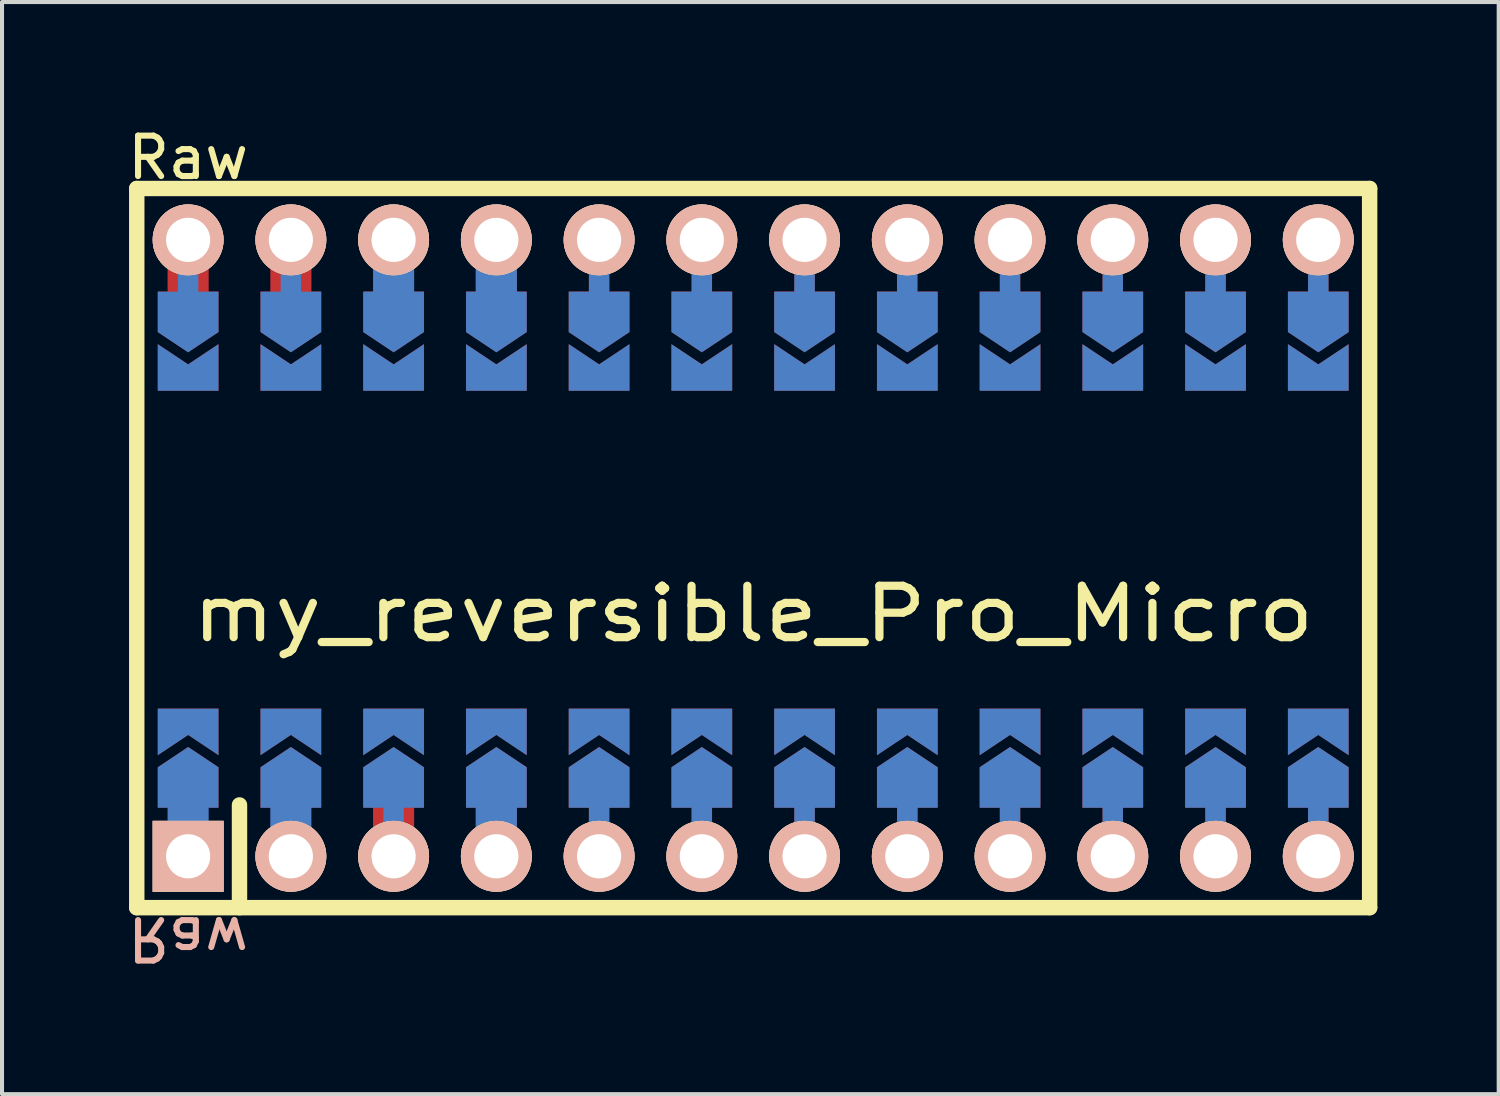
<source format=kicad_pcb>
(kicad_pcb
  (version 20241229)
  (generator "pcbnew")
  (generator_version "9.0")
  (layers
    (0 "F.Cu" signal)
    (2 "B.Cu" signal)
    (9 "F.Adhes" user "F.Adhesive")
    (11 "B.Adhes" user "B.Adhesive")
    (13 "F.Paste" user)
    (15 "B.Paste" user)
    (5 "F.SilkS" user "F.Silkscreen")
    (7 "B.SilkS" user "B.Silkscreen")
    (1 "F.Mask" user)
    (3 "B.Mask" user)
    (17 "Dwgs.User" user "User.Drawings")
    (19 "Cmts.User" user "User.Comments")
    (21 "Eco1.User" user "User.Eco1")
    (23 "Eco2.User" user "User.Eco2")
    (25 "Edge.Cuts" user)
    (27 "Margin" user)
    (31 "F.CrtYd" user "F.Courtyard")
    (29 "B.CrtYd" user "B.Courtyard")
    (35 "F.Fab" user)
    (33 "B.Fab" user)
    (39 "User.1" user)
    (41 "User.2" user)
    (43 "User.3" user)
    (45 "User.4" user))
  (footprint "my_reversible_Pro_Micro"
    (layer "F.Cu")
    (at 15.571 10.5)
    (property "Reference" "my_reversible_Pro_Micro" (at 0 1.625 0) (layer "F.SilkS") (effects (font (size 1.27 1.524) (thickness 0.203))))
    (attr through_hole)
    (fp_line (start -15.24 -8.89) (end -15.24 8.89) (stroke (width 0.381) (type solid)) (layer "F.SilkS"))
    (fp_line (start -15.24 8.89) (end 15.24 8.89) (stroke (width 0.381) (type solid)) (layer "F.SilkS"))
    (fp_line (start -12.7 6.35) (end -12.7 8.89) (stroke (width 0.381) (type solid)) (layer "F.SilkS"))
    (fp_line (start 15.24 -8.89) (end -15.24 -8.89) (stroke (width 0.381) (type solid)) (layer "F.SilkS"))
    (fp_line (start 15.24 8.89) (end 15.24 -8.89) (stroke (width 0.381) (type solid)) (layer "F.SilkS"))
    (fp_text user "Raw" (at -13.97 -9.652 0) (unlocked yes) (layer "F.SilkS") (effects (font (size 1 1) (thickness 0.15))))
    (fp_text user "Raw" (at -13.97 9.652 180) (unlocked yes) (layer "B.SilkS") (effects (font (size 1 1) (thickness 0.15)) (justify mirror)))
    (pad "" thru_hole circle (at -13.97 -7.62) (size 1.753 1.753) (drill 1.092) (layers "*.Cu" "*.SilkS" "*.Mask"))
    (pad "" smd rect (at -13.97 -6.604 90) (size 0.852 1.016) (layers "F.Cu"))
    (pad "" smd rect (at -13.97 -6.602 90) (size 0.852 0.504) (layers "B.Cu"))
    (pad "" smd custom (at -13.97 -5.842 270) (size 0.3 0.3) (layers "F.Cu" "F.Mask") (options (anchor rect)) (primitives (gr_poly (pts (xy 1 0) (xy 0.5 0.75) (xy -0.5 0.75) (xy -0.5 -0.75) (xy 0.5 -0.75)) (width 0) (fill yes))))
    (pad "" smd custom (at -13.97 -5.84 270) (size 0.3 0.3) (layers "B.Cu" "B.Mask") (options (anchor rect)) (primitives (gr_poly (pts (xy 1 0) (xy 0.5 0.75) (xy -0.5 0.75) (xy -0.5 -0.75) (xy 0.5 -0.75)) (width 0) (fill yes))))
    (pad "" smd custom (at -13.97 5.918 90) (size 0.3 0.3) (layers "F.Cu" "F.Mask") (options (anchor rect)) (primitives (gr_poly (pts (xy 1 0) (xy 0.5 0.75) (xy -0.5 0.75) (xy -0.5 -0.75) (xy 0.5 -0.75)) (width 0) (fill yes))))
    (pad "" smd custom (at -13.97 5.92 90) (size 0.3 0.3) (layers "B.Cu" "B.Mask") (options (anchor rect)) (primitives (gr_poly (pts (xy 1 0) (xy 0.5 0.75) (xy -0.5 0.75) (xy -0.5 -0.75) (xy 0.5 -0.75)) (width 0) (fill yes))))
    (pad "" smd rect (at -13.97 6.604 90) (size 0.852 0.504) (layers "F.Cu"))
    (pad "" smd rect (at -13.97 6.606 90) (size 0.852 1.016) (layers "B.Cu"))
    (pad "" thru_hole rect (at -13.97 7.62) (size 1.753 1.753) (drill 1.092) (layers "*.Cu" "*.SilkS" "*.Mask"))
    (pad "" thru_hole circle (at -11.43 -7.62) (size 1.753 1.753) (drill 1.092) (layers "*.Cu" "*.SilkS" "*.Mask"))
    (pad "" smd rect (at -11.43 -6.602 90) (size 0.852 0.504) (layers "B.Cu"))
    (pad "" smd rect (at -11.43 -6.511 90) (size 1.038 1.016) (layers "F.Cu"))
    (pad "" smd custom (at -11.43 -5.842 270) (size 0.3 0.3) (layers "F.Cu" "F.Mask") (options (anchor rect)) (primitives (gr_poly (pts (xy 1 0) (xy 0.5 0.75) (xy -0.5 0.75) (xy -0.5 -0.75) (xy 0.5 -0.75)) (width 0) (fill yes))))
    (pad "" smd custom (at -11.43 -5.84 270) (size 0.3 0.3) (layers "B.Cu" "B.Mask") (options (anchor rect)) (primitives (gr_poly (pts (xy 1 0) (xy 0.5 0.75) (xy -0.5 0.75) (xy -0.5 -0.75) (xy 0.5 -0.75)) (width 0) (fill yes))))
    (pad "" smd custom (at -11.43 5.918 90) (size 0.3 0.3) (layers "F.Cu" "F.Mask") (options (anchor rect)) (primitives (gr_poly (pts (xy 1 0) (xy 0.5 0.75) (xy -0.5 0.75) (xy -0.5 -0.75) (xy 0.5 -0.75)) (width 0) (fill yes))))
    (pad "" smd custom (at -11.43 5.92 90) (size 0.3 0.3) (layers "B.Cu" "B.Mask") (options (anchor rect)) (primitives (gr_poly (pts (xy 1 0) (xy 0.5 0.75) (xy -0.5 0.75) (xy -0.5 -0.75) (xy 0.5 -0.75)) (width 0) (fill yes))))
    (pad "" smd rect (at -11.43 6.604 90) (size 0.852 0.504) (layers "F.Cu"))
    (pad "" smd rect (at -11.43 6.606 90) (size 0.852 1.016) (layers "B.Cu"))
    (pad "" thru_hole circle (at -11.43 7.62) (size 1.753 1.753) (drill 1.092) (layers "*.Cu" "*.SilkS" "*.Mask"))
    (pad "" smd rect (at -8.893 -6.608 90) (size 0.852 0.504) (layers "F.Cu"))
    (pad "" thru_hole circle (at -8.89 -7.62) (size 1.753 1.753) (drill 1.092) (layers "*.Cu" "*.SilkS" "*.Mask"))
    (pad "" smd custom (at -8.89 -5.842 270) (size 0.3 0.3) (layers "F.Cu" "F.Mask") (options (anchor rect)) (primitives (gr_poly (pts (xy 1 0) (xy 0.5 0.75) (xy -0.5 0.75) (xy -0.5 -0.75) (xy 0.5 -0.75)) (width 0) (fill yes))))
    (pad "" smd custom (at -8.89 -5.84 270) (size 0.3 0.3) (layers "B.Cu" "B.Mask") (options (anchor rect)) (primitives (gr_poly (pts (xy 1 0) (xy 0.5 0.75) (xy -0.5 0.75) (xy -0.5 -0.75) (xy 0.5 -0.75)) (width 0) (fill yes))))
    (pad "" smd custom (at -8.89 5.918 90) (size 0.3 0.3) (layers "F.Cu" "F.Mask") (options (anchor rect)) (primitives (gr_poly (pts (xy 1 0) (xy 0.5 0.75) (xy -0.5 0.75) (xy -0.5 -0.75) (xy 0.5 -0.75)) (width 0) (fill yes))))
    (pad "" smd custom (at -8.89 5.92 90) (size 0.3 0.3) (layers "B.Cu" "B.Mask") (options (anchor rect)) (primitives (gr_poly (pts (xy 1 0) (xy 0.5 0.75) (xy -0.5 0.75) (xy -0.5 -0.75) (xy 0.5 -0.75)) (width 0) (fill yes))))
    (pad "" smd rect (at -8.89 6.604 90) (size 0.852 1.016) (layers "F.Cu"))
    (pad "" smd rect (at -8.89 6.606 90) (size 0.852 0.504) (layers "B.Cu"))
    (pad "" thru_hole circle (at -8.89 7.62) (size 1.753 1.753) (drill 1.092) (layers "*.Cu" "*.SilkS" "*.Mask"))
    (pad "" smd rect (at -8.89 -6.564 90) (size 0.936 1.016) (layers "B.Cu"))
    (pad "" thru_hole circle (at -6.35 -7.62) (size 1.753 1.753) (drill 1.092) (layers "*.Cu" "*.SilkS" "*.Mask"))
    (pad "" smd rect (at -6.35 -6.608 90) (size 0.852 1.016) (layers "F.Cu"))
    (pad "" smd rect (at -6.35 -6.606 90) (size 0.852 1.016) (layers "B.Cu"))
    (pad "" smd custom (at -6.35 -5.842 270) (size 0.3 0.3) (layers "F.Cu" "F.Mask") (options (anchor rect)) (primitives (gr_poly (pts (xy 1 0) (xy 0.5 0.75) (xy -0.5 0.75) (xy -0.5 -0.75) (xy 0.5 -0.75)) (width 0) (fill yes))))
    (pad "" smd custom (at -6.35 -5.84 270) (size 0.3 0.3) (layers "B.Cu" "B.Mask") (options (anchor rect)) (primitives (gr_poly (pts (xy 1 0) (xy 0.5 0.75) (xy -0.5 0.75) (xy -0.5 -0.75) (xy 0.5 -0.75)) (width 0) (fill yes))))
    (pad "" smd custom (at -6.35 5.918 90) (size 0.3 0.3) (layers "F.Cu" "F.Mask") (options (anchor rect)) (primitives (gr_poly (pts (xy 1 0) (xy 0.5 0.75) (xy -0.5 0.75) (xy -0.5 -0.75) (xy 0.5 -0.75)) (width 0) (fill yes))))
    (pad "" smd custom (at -6.35 5.92 90) (size 0.3 0.3) (layers "B.Cu" "B.Mask") (options (anchor rect)) (primitives (gr_poly (pts (xy 1 0) (xy 0.5 0.75) (xy -0.5 0.75) (xy -0.5 -0.75) (xy 0.5 -0.75)) (width 0) (fill yes))))
    (pad "" smd rect (at -6.35 6.604 90) (size 0.852 1.016) (layers "F.Cu"))
    (pad "" smd rect (at -6.35 6.606 90) (size 0.852 1.016) (layers "B.Cu"))
    (pad "" thru_hole circle (at -6.35 7.62) (size 1.753 1.753) (drill 1.092) (layers "*.Cu" "*.SilkS" "*.Mask"))
    (pad "" thru_hole circle (at -3.81 -7.62) (size 1.753 1.753) (drill 1.092) (layers "*.Cu" "*.SilkS" "*.Mask"))
    (pad "" smd rect (at -3.81 -6.604 90) (size 0.852 0.504) (layers "F.Cu"))
    (pad "" smd rect (at -3.81 -6.602 90) (size 0.852 0.504) (layers "B.Cu"))
    (pad "" smd custom (at -3.81 -5.842 270) (size 0.3 0.3) (layers "F.Cu" "F.Mask") (options (anchor rect)) (primitives (gr_poly (pts (xy 1 0) (xy 0.5 0.75) (xy -0.5 0.75) (xy -0.5 -0.75) (xy 0.5 -0.75)) (width 0) (fill yes))))
    (pad "" smd custom (at -3.81 -5.84 270) (size 0.3 0.3) (layers "B.Cu" "B.Mask") (options (anchor rect)) (primitives (gr_poly (pts (xy 1 0) (xy 0.5 0.75) (xy -0.5 0.75) (xy -0.5 -0.75) (xy 0.5 -0.75)) (width 0) (fill yes))))
    (pad "" smd custom (at -3.81 5.918 90) (size 0.3 0.3) (layers "F.Cu" "F.Mask") (options (anchor rect)) (primitives (gr_poly (pts (xy 1 0) (xy 0.5 0.75) (xy -0.5 0.75) (xy -0.5 -0.75) (xy 0.5 -0.75)) (width 0) (fill yes))))
    (pad "" smd custom (at -3.81 5.92 90) (size 0.3 0.3) (layers "B.Cu" "B.Mask") (options (anchor rect)) (primitives (gr_poly (pts (xy 1 0) (xy 0.5 0.75) (xy -0.5 0.75) (xy -0.5 -0.75) (xy 0.5 -0.75)) (width 0) (fill yes))))
    (pad "" smd rect (at -3.81 6.604 90) (size 0.852 0.504) (layers "F.Cu"))
    (pad "" smd rect (at -3.81 6.606 90) (size 0.852 0.504) (layers "B.Cu"))
    (pad "" thru_hole circle (at -3.81 7.62) (size 1.753 1.753) (drill 1.092) (layers "*.Cu" "*.SilkS" "*.Mask"))
    (pad "" thru_hole circle (at -1.27 -7.62) (size 1.753 1.753) (drill 1.092) (layers "*.Cu" "*.SilkS" "*.Mask"))
    (pad "" smd rect (at -1.27 -6.604 90) (size 0.852 0.504) (layers "F.Cu"))
    (pad "" smd rect (at -1.27 -6.602 90) (size 0.852 0.504) (layers "B.Cu"))
    (pad "" smd custom (at -1.27 -5.842 270) (size 0.3 0.3) (layers "F.Cu" "F.Mask") (options (anchor rect)) (primitives (gr_poly (pts (xy 1 0) (xy 0.5 0.75) (xy -0.5 0.75) (xy -0.5 -0.75) (xy 0.5 -0.75)) (width 0) (fill yes))))
    (pad "" smd custom (at -1.27 -5.84 270) (size 0.3 0.3) (layers "B.Cu" "B.Mask") (options (anchor rect)) (primitives (gr_poly (pts (xy 1 0) (xy 0.5 0.75) (xy -0.5 0.75) (xy -0.5 -0.75) (xy 0.5 -0.75)) (width 0) (fill yes))))
    (pad "" smd custom (at -1.27 5.918 90) (size 0.3 0.3) (layers "F.Cu" "F.Mask") (options (anchor rect)) (primitives (gr_poly (pts (xy 1 0) (xy 0.5 0.75) (xy -0.5 0.75) (xy -0.5 -0.75) (xy 0.5 -0.75)) (width 0) (fill yes))))
    (pad "" smd custom (at -1.27 5.92 90) (size 0.3 0.3) (layers "B.Cu" "B.Mask") (options (anchor rect)) (primitives (gr_poly (pts (xy 1 0) (xy 0.5 0.75) (xy -0.5 0.75) (xy -0.5 -0.75) (xy 0.5 -0.75)) (width 0) (fill yes))))
    (pad "" smd rect (at -1.27 6.604 90) (size 0.852 0.504) (layers "F.Cu"))
    (pad "" smd rect (at -1.27 6.606 90) (size 0.852 0.504) (layers "B.Cu"))
    (pad "" thru_hole circle (at -1.27 7.62) (size 1.753 1.753) (drill 1.092) (layers "*.Cu" "*.SilkS" "*.Mask"))
    (pad "" thru_hole circle (at 1.27 -7.62) (size 1.753 1.753) (drill 1.092) (layers "*.Cu" "*.SilkS" "*.Mask"))
    (pad "" smd rect (at 1.27 -6.604 90) (size 0.852 0.504) (layers "F.Cu"))
    (pad "" smd rect (at 1.27 -6.602 90) (size 0.852 0.504) (layers "B.Cu"))
    (pad "" smd custom (at 1.27 -5.842 270) (size 0.3 0.3) (layers "F.Cu" "F.Mask") (options (anchor rect)) (primitives (gr_poly (pts (xy 1 0) (xy 0.5 0.75) (xy -0.5 0.75) (xy -0.5 -0.75) (xy 0.5 -0.75)) (width 0) (fill yes))))
    (pad "" smd custom (at 1.27 -5.84 270) (size 0.3 0.3) (layers "B.Cu" "B.Mask") (options (anchor rect)) (primitives (gr_poly (pts (xy 1 0) (xy 0.5 0.75) (xy -0.5 0.75) (xy -0.5 -0.75) (xy 0.5 -0.75)) (width 0) (fill yes))))
    (pad "" smd custom (at 1.27 5.918 90) (size 0.3 0.3) (layers "F.Cu" "F.Mask") (options (anchor rect)) (primitives (gr_poly (pts (xy 1 0) (xy 0.5 0.75) (xy -0.5 0.75) (xy -0.5 -0.75) (xy 0.5 -0.75)) (width 0) (fill yes))))
    (pad "" smd custom (at 1.27 5.92 90) (size 0.3 0.3) (layers "B.Cu" "B.Mask") (options (anchor rect)) (primitives (gr_poly (pts (xy 1 0) (xy 0.5 0.75) (xy -0.5 0.75) (xy -0.5 -0.75) (xy 0.5 -0.75)) (width 0) (fill yes))))
    (pad "" smd rect (at 1.27 6.522 90) (size 0.852 0.504) (layers "F.Cu"))
    (pad "" smd rect (at 1.27 6.524 90) (size 0.852 0.504) (layers "B.Cu"))
    (pad "" thru_hole circle (at 1.27 7.62) (size 1.753 1.753) (drill 1.092) (layers "*.Cu" "*.SilkS" "*.Mask"))
    (pad "" smd rect (at 3.807 -6.608 90) (size 0.852 0.504) (layers "F.Cu"))
    (pad "" smd rect (at 3.807 -6.606 90) (size 0.852 0.504) (layers "B.Cu"))
    (pad "" thru_hole circle (at 3.81 -7.62) (size 1.753 1.753) (drill 1.092) (layers "*.Cu" "*.SilkS" "*.Mask"))
    (pad "" smd custom (at 3.81 -5.842 270) (size 0.3 0.3) (layers "F.Cu" "F.Mask") (options (anchor rect)) (primitives (gr_poly (pts (xy 1 0) (xy 0.5 0.75) (xy -0.5 0.75) (xy -0.5 -0.75) (xy 0.5 -0.75)) (width 0) (fill yes))))
    (pad "" smd custom (at 3.81 -5.84 270) (size 0.3 0.3) (layers "B.Cu" "B.Mask") (options (anchor rect)) (primitives (gr_poly (pts (xy 1 0) (xy 0.5 0.75) (xy -0.5 0.75) (xy -0.5 -0.75) (xy 0.5 -0.75)) (width 0) (fill yes))))
    (pad "" smd custom (at 3.81 5.918 90) (size 0.3 0.3) (layers "F.Cu" "F.Mask") (options (anchor rect)) (primitives (gr_poly (pts (xy 1 0) (xy 0.5 0.75) (xy -0.5 0.75) (xy -0.5 -0.75) (xy 0.5 -0.75)) (width 0) (fill yes))))
    (pad "" smd custom (at 3.81 5.92 90) (size 0.3 0.3) (layers "B.Cu" "B.Mask") (options (anchor rect)) (primitives (gr_poly (pts (xy 1 0) (xy 0.5 0.75) (xy -0.5 0.75) (xy -0.5 -0.75) (xy 0.5 -0.75)) (width 0) (fill yes))))
    (pad "" smd rect (at 3.81 6.522 90) (size 0.852 0.504) (layers "F.Cu"))
    (pad "" smd rect (at 3.81 6.524 90) (size 0.852 0.504) (layers "B.Cu"))
    (pad "" thru_hole circle (at 3.81 7.62) (size 1.753 1.753) (drill 1.092) (layers "*.Cu" "*.SilkS" "*.Mask"))
    (pad "" thru_hole circle (at 6.35 -7.62) (size 1.753 1.753) (drill 1.092) (layers "*.Cu" "*.SilkS" "*.Mask"))
    (pad "" smd rect (at 6.35 -6.604 90) (size 0.852 0.504) (layers "F.Cu"))
    (pad "" smd rect (at 6.35 -6.602 90) (size 0.852 0.504) (layers "B.Cu"))
    (pad "" smd custom (at 6.35 -5.842 270) (size 0.3 0.3) (layers "F.Cu" "F.Mask") (options (anchor rect)) (primitives (gr_poly (pts (xy 1 0) (xy 0.5 0.75) (xy -0.5 0.75) (xy -0.5 -0.75) (xy 0.5 -0.75)) (width 0) (fill yes))))
    (pad "" smd custom (at 6.35 -5.84 270) (size 0.3 0.3) (layers "B.Cu" "B.Mask") (options (anchor rect)) (primitives (gr_poly (pts (xy 1 0) (xy 0.5 0.75) (xy -0.5 0.75) (xy -0.5 -0.75) (xy 0.5 -0.75)) (width 0) (fill yes))))
    (pad "" smd custom (at 6.35 5.918 90) (size 0.3 0.3) (layers "F.Cu" "F.Mask") (options (anchor rect)) (primitives (gr_poly (pts (xy 1 0) (xy 0.5 0.75) (xy -0.5 0.75) (xy -0.5 -0.75) (xy 0.5 -0.75)) (width 0) (fill yes))))
    (pad "" smd custom (at 6.35 5.92 90) (size 0.3 0.3) (layers "B.Cu" "B.Mask") (options (anchor rect)) (primitives (gr_poly (pts (xy 1 0) (xy 0.5 0.75) (xy -0.5 0.75) (xy -0.5 -0.75) (xy 0.5 -0.75)) (width 0) (fill yes))))
    (pad "" smd rect (at 6.35 6.604 90) (size 0.852 0.504) (layers "F.Cu"))
    (pad "" smd rect (at 6.35 6.606 90) (size 0.852 0.504) (layers "B.Cu"))
    (pad "" thru_hole circle (at 6.35 7.62) (size 1.753 1.753) (drill 1.092) (layers "*.Cu" "*.SilkS" "*.Mask"))
    (pad "" thru_hole circle (at 8.89 -7.62) (size 1.753 1.753) (drill 1.092) (layers "*.Cu" "*.SilkS" "*.Mask"))
    (pad "" smd rect (at 8.89 -6.604 90) (size 0.852 0.504) (layers "F.Cu"))
    (pad "" smd rect (at 8.89 -6.602 90) (size 0.852 0.504) (layers "B.Cu"))
    (pad "" smd custom (at 8.89 -5.842 270) (size 0.3 0.3) (layers "F.Cu" "F.Mask") (options (anchor rect)) (primitives (gr_poly (pts (xy 1 0) (xy 0.5 0.75) (xy -0.5 0.75) (xy -0.5 -0.75) (xy 0.5 -0.75)) (width 0) (fill yes))))
    (pad "" smd custom (at 8.89 -5.84 270) (size 0.3 0.3) (layers "B.Cu" "B.Mask") (options (anchor rect)) (primitives (gr_poly (pts (xy 1 0) (xy 0.5 0.75) (xy -0.5 0.75) (xy -0.5 -0.75) (xy 0.5 -0.75)) (width 0) (fill yes))))
    (pad "" smd custom (at 8.89 5.918 90) (size 0.3 0.3) (layers "F.Cu" "F.Mask") (options (anchor rect)) (primitives (gr_poly (pts (xy 1 0) (xy 0.5 0.75) (xy -0.5 0.75) (xy -0.5 -0.75) (xy 0.5 -0.75)) (width 0) (fill yes))))
    (pad "" smd custom (at 8.89 5.92 90) (size 0.3 0.3) (layers "B.Cu" "B.Mask") (options (anchor rect)) (primitives (gr_poly (pts (xy 1 0) (xy 0.5 0.75) (xy -0.5 0.75) (xy -0.5 -0.75) (xy 0.5 -0.75)) (width 0) (fill yes))))
    (pad "" smd rect (at 8.89 6.604 90) (size 0.852 0.504) (layers "F.Cu"))
    (pad "" smd rect (at 8.89 6.606 90) (size 0.852 0.504) (layers "B.Cu"))
    (pad "" thru_hole circle (at 8.89 7.62) (size 1.753 1.753) (drill 1.092) (layers "*.Cu" "*.SilkS" "*.Mask"))
    (pad "" thru_hole circle (at 11.43 -7.62) (size 1.753 1.753) (drill 1.092) (layers "*.Cu" "*.SilkS" "*.Mask"))
    (pad "" smd rect (at 11.43 -6.604 90) (size 0.852 0.504) (layers "F.Cu"))
    (pad "" smd rect (at 11.43 -6.602 90) (size 0.852 0.504) (layers "B.Cu"))
    (pad "" smd custom (at 11.43 -5.842 270) (size 0.3 0.3) (layers "F.Cu" "F.Mask") (options (anchor rect)) (primitives (gr_poly (pts (xy 1 0) (xy 0.5 0.75) (xy -0.5 0.75) (xy -0.5 -0.75) (xy 0.5 -0.75)) (width 0) (fill yes))))
    (pad "" smd custom (at 11.43 -5.84 270) (size 0.3 0.3) (layers "B.Cu" "B.Mask") (options (anchor rect)) (primitives (gr_poly (pts (xy 1 0) (xy 0.5 0.75) (xy -0.5 0.75) (xy -0.5 -0.75) (xy 0.5 -0.75)) (width 0) (fill yes))))
    (pad "" smd custom (at 11.43 5.918 90) (size 0.3 0.3) (layers "F.Cu" "F.Mask") (options (anchor rect)) (primitives (gr_poly (pts (xy 1 0) (xy 0.5 0.75) (xy -0.5 0.75) (xy -0.5 -0.75) (xy 0.5 -0.75)) (width 0) (fill yes))))
    (pad "" smd custom (at 11.43 5.92 90) (size 0.3 0.3) (layers "B.Cu" "B.Mask") (options (anchor rect)) (primitives (gr_poly (pts (xy 1 0) (xy 0.5 0.75) (xy -0.5 0.75) (xy -0.5 -0.75) (xy 0.5 -0.75)) (width 0) (fill yes))))
    (pad "" smd rect (at 11.43 6.522 90) (size 0.852 0.504) (layers "F.Cu"))
    (pad "" smd rect (at 11.43 6.524 90) (size 0.852 0.504) (layers "B.Cu"))
    (pad "" thru_hole circle (at 11.43 7.62) (size 1.753 1.753) (drill 1.092) (layers "*.Cu" "*.SilkS" "*.Mask"))
    (pad "" thru_hole circle (at 13.97 -7.62) (size 1.753 1.753) (drill 1.092) (layers "*.Cu" "*.SilkS" "*.Mask"))
    (pad "" smd rect (at 13.97 -6.604 90) (size 0.852 0.504) (layers "F.Cu"))
    (pad "" smd rect (at 13.97 -6.602 90) (size 0.852 0.504) (layers "B.Cu"))
    (pad "" smd custom (at 13.97 -5.842 270) (size 0.3 0.3) (layers "F.Cu" "F.Mask") (options (anchor rect)) (primitives (gr_poly (pts (xy 1 0) (xy 0.5 0.75) (xy -0.5 0.75) (xy -0.5 -0.75) (xy 0.5 -0.75)) (width 0) (fill yes))))
    (pad "" smd custom (at 13.97 -5.84 270) (size 0.3 0.3) (layers "B.Cu" "B.Mask") (options (anchor rect)) (primitives (gr_poly (pts (xy 1 0) (xy 0.5 0.75) (xy -0.5 0.75) (xy -0.5 -0.75) (xy 0.5 -0.75)) (width 0) (fill yes))))
    (pad "" smd custom (at 13.97 5.918 90) (size 0.3 0.3) (layers "F.Cu" "F.Mask") (options (anchor rect)) (primitives (gr_poly (pts (xy 1 0) (xy 0.5 0.75) (xy -0.5 0.75) (xy -0.5 -0.75) (xy 0.5 -0.75)) (width 0) (fill yes))))
    (pad "" smd custom (at 13.97 5.92 90) (size 0.3 0.3) (layers "B.Cu" "B.Mask") (options (anchor rect)) (primitives (gr_poly (pts (xy 1 0) (xy 0.5 0.75) (xy -0.5 0.75) (xy -0.5 -0.75) (xy 0.5 -0.75)) (width 0) (fill yes))))
    (pad "" smd rect (at 13.97 6.522 90) (size 0.852 0.504) (layers "F.Cu"))
    (pad "" smd rect (at 13.97 6.524 90) (size 0.852 0.504) (layers "B.Cu"))
    (pad "" thru_hole circle (at 13.97 7.62) (size 1.753 1.753) (drill 1.092) (layers "*.Cu" "*.SilkS" "*.Mask"))
    (pad "1" smd custom (at -13.97 -4.39 270) (size 0.3 0.3) (layers "B.Cu" "B.Mask") (options (anchor rect)) (primitives (gr_poly (pts (xy 0.5 0.75) (xy -0.65 0.75) (xy -0.15 0) (xy -0.65 -0.75) (xy 0.5 -0.75)) (width 0) (fill yes))))
    (pad "1" smd custom (at -13.97 4.468 90) (size 0.3 0.3) (layers "F.Cu" "F.Mask") (options (anchor rect)) (primitives (gr_poly (pts (xy 0.5 0.75) (xy -0.65 0.75) (xy -0.15 0) (xy -0.65 -0.75) (xy 0.5 -0.75)) (width 0) (fill yes))))
    (pad "2" smd custom (at -11.43 -4.39 270) (size 0.3 0.3) (layers "B.Cu" "B.Mask") (options (anchor rect)) (primitives (gr_poly (pts (xy 0.5 0.75) (xy -0.65 0.75) (xy -0.15 0) (xy -0.65 -0.75) (xy 0.5 -0.75)) (width 0) (fill yes))))
    (pad "2" smd custom (at -11.43 4.468 90) (size 0.3 0.3) (layers "F.Cu" "F.Mask") (options (anchor rect)) (primitives (gr_poly (pts (xy 0.5 0.75) (xy -0.65 0.75) (xy -0.15 0) (xy -0.65 -0.75) (xy 0.5 -0.75)) (width 0) (fill yes))))
    (pad "3" smd custom (at -8.89 -4.39 270) (size 0.3 0.3) (layers "B.Cu" "B.Mask") (options (anchor rect)) (primitives (gr_poly (pts (xy 0.5 0.75) (xy -0.65 0.75) (xy -0.15 0) (xy -0.65 -0.75) (xy 0.5 -0.75)) (width 0) (fill yes))))
    (pad "3" smd custom (at -8.89 4.468 90) (size 0.3 0.3) (layers "F.Cu" "F.Mask") (options (anchor rect)) (primitives (gr_poly (pts (xy 0.5 0.75) (xy -0.65 0.75) (xy -0.15 0) (xy -0.65 -0.75) (xy 0.5 -0.75)) (width 0) (fill yes))))
    (pad "4" smd custom (at -6.35 -4.39 270) (size 0.3 0.3) (layers "B.Cu" "B.Mask") (options (anchor rect)) (primitives (gr_poly (pts (xy 0.5 0.75) (xy -0.65 0.75) (xy -0.15 0) (xy -0.65 -0.75) (xy 0.5 -0.75)) (width 0) (fill yes))))
    (pad "4" smd custom (at -6.35 4.468 90) (size 0.3 0.3) (layers "F.Cu" "F.Mask") (options (anchor rect)) (primitives (gr_poly (pts (xy 0.5 0.75) (xy -0.65 0.75) (xy -0.15 0) (xy -0.65 -0.75) (xy 0.5 -0.75)) (width 0) (fill yes))))
    (pad "5" smd custom (at -3.81 -4.39 270) (size 0.3 0.3) (layers "B.Cu" "B.Mask") (options (anchor rect)) (primitives (gr_poly (pts (xy 0.5 0.75) (xy -0.65 0.75) (xy -0.15 0) (xy -0.65 -0.75) (xy 0.5 -0.75)) (width 0) (fill yes))))
    (pad "5" smd custom (at -3.81 4.468 90) (size 0.3 0.3) (layers "F.Cu" "F.Mask") (options (anchor rect)) (primitives (gr_poly (pts (xy 0.5 0.75) (xy -0.65 0.75) (xy -0.15 0) (xy -0.65 -0.75) (xy 0.5 -0.75)) (width 0) (fill yes))))
    (pad "6" smd custom (at -1.27 -4.39 270) (size 0.3 0.3) (layers "B.Cu" "B.Mask") (options (anchor rect)) (primitives (gr_poly (pts (xy 0.5 0.75) (xy -0.65 0.75) (xy -0.15 0) (xy -0.65 -0.75) (xy 0.5 -0.75)) (width 0) (fill yes))))
    (pad "6" smd custom (at -1.27 4.468 90) (size 0.3 0.3) (layers "F.Cu" "F.Mask") (options (anchor rect)) (primitives (gr_poly (pts (xy 0.5 0.75) (xy -0.65 0.75) (xy -0.15 0) (xy -0.65 -0.75) (xy 0.5 -0.75)) (width 0) (fill yes))))
    (pad "7" smd custom (at 1.27 -4.39 270) (size 0.3 0.3) (layers "B.Cu" "B.Mask") (options (anchor rect)) (primitives (gr_poly (pts (xy 0.5 0.75) (xy -0.65 0.75) (xy -0.15 0) (xy -0.65 -0.75) (xy 0.5 -0.75)) (width 0) (fill yes))))
    (pad "7" smd custom (at 1.27 4.468 90) (size 0.3 0.3) (layers "F.Cu" "F.Mask") (options (anchor rect)) (primitives (gr_poly (pts (xy 0.5 0.75) (xy -0.65 0.75) (xy -0.15 0) (xy -0.65 -0.75) (xy 0.5 -0.75)) (width 0) (fill yes))))
    (pad "8" smd custom (at 3.81 -4.39 270) (size 0.3 0.3) (layers "B.Cu" "B.Mask") (options (anchor rect)) (primitives (gr_poly (pts (xy 0.5 0.75) (xy -0.65 0.75) (xy -0.15 0) (xy -0.65 -0.75) (xy 0.5 -0.75)) (width 0) (fill yes))))
    (pad "8" smd custom (at 3.81 4.468 90) (size 0.3 0.3) (layers "F.Cu" "F.Mask") (options (anchor rect)) (primitives (gr_poly (pts (xy 0.5 0.75) (xy -0.65 0.75) (xy -0.15 0) (xy -0.65 -0.75) (xy 0.5 -0.75)) (width 0) (fill yes))))
    (pad "9" smd custom (at 6.35 -4.39 270) (size 0.3 0.3) (layers "B.Cu" "B.Mask") (options (anchor rect)) (primitives (gr_poly (pts (xy 0.5 0.75) (xy -0.65 0.75) (xy -0.15 0) (xy -0.65 -0.75) (xy 0.5 -0.75)) (width 0) (fill yes))))
    (pad "9" smd custom (at 6.35 4.468 90) (size 0.3 0.3) (layers "F.Cu" "F.Mask") (options (anchor rect)) (primitives (gr_poly (pts (xy 0.5 0.75) (xy -0.65 0.75) (xy -0.15 0) (xy -0.65 -0.75) (xy 0.5 -0.75)) (width 0) (fill yes))))
    (pad "10" smd custom (at 8.89 -4.39 270) (size 0.3 0.3) (layers "B.Cu" "B.Mask") (options (anchor rect)) (primitives (gr_poly (pts (xy 0.5 0.75) (xy -0.65 0.75) (xy -0.15 0) (xy -0.65 -0.75) (xy 0.5 -0.75)) (width 0) (fill yes))))
    (pad "10" smd custom (at 8.89 4.468 90) (size 0.3 0.3) (layers "F.Cu" "F.Mask") (options (anchor rect)) (primitives (gr_poly (pts (xy 0.5 0.75) (xy -0.65 0.75) (xy -0.15 0) (xy -0.65 -0.75) (xy 0.5 -0.75)) (width 0) (fill yes))))
    (pad "11" smd custom (at 11.43 -4.39 270) (size 0.3 0.3) (layers "B.Cu" "B.Mask") (options (anchor rect)) (primitives (gr_poly (pts (xy 0.5 0.75) (xy -0.65 0.75) (xy -0.15 0) (xy -0.65 -0.75) (xy 0.5 -0.75)) (width 0) (fill yes))))
    (pad "11" smd custom (at 11.43 4.468 90) (size 0.3 0.3) (layers "F.Cu" "F.Mask") (options (anchor rect)) (primitives (gr_poly (pts (xy 0.5 0.75) (xy -0.65 0.75) (xy -0.15 0) (xy -0.65 -0.75) (xy 0.5 -0.75)) (width 0) (fill yes))))
    (pad "12" smd custom (at 13.97 -4.39 270) (size 0.3 0.3) (layers "B.Cu" "B.Mask") (options (anchor rect)) (primitives (gr_poly (pts (xy 0.5 0.75) (xy -0.65 0.75) (xy -0.15 0) (xy -0.65 -0.75) (xy 0.5 -0.75)) (width 0) (fill yes))))
    (pad "12" smd custom (at 13.97 4.468 90) (size 0.3 0.3) (layers "F.Cu" "F.Mask") (options (anchor rect)) (primitives (gr_poly (pts (xy 0.5 0.75) (xy -0.65 0.75) (xy -0.15 0) (xy -0.65 -0.75) (xy 0.5 -0.75)) (width 0) (fill yes))))
    (pad "13" smd custom (at 13.97 -4.392 270) (size 0.3 0.3) (layers "F.Cu" "F.Mask") (options (anchor rect)) (primitives (gr_poly (pts (xy 0.5 0.75) (xy -0.65 0.75) (xy -0.15 0) (xy -0.65 -0.75) (xy 0.5 -0.75)) (width 0) (fill yes))))
    (pad "13" smd custom (at 13.97 4.47 90) (size 0.3 0.3) (layers "B.Cu" "B.Mask") (options (anchor rect)) (primitives (gr_poly (pts (xy 0.5 0.75) (xy -0.65 0.75) (xy -0.15 0) (xy -0.65 -0.75) (xy 0.5 -0.75)) (width 0) (fill yes))))
    (pad "14" smd custom (at 11.43 -4.392 270) (size 0.3 0.3) (layers "F.Cu" "F.Mask") (options (anchor rect)) (primitives (gr_poly (pts (xy 0.5 0.75) (xy -0.65 0.75) (xy -0.15 0) (xy -0.65 -0.75) (xy 0.5 -0.75)) (width 0) (fill yes))))
    (pad "14" smd custom (at 11.43 4.47 90) (size 0.3 0.3) (layers "B.Cu" "B.Mask") (options (anchor rect)) (primitives (gr_poly (pts (xy 0.5 0.75) (xy -0.65 0.75) (xy -0.15 0) (xy -0.65 -0.75) (xy 0.5 -0.75)) (width 0) (fill yes))))
    (pad "15" smd custom (at 8.89 -4.392 270) (size 0.3 0.3) (layers "F.Cu" "F.Mask") (options (anchor rect)) (primitives (gr_poly (pts (xy 0.5 0.75) (xy -0.65 0.75) (xy -0.15 0) (xy -0.65 -0.75) (xy 0.5 -0.75)) (width 0) (fill yes))))
    (pad "15" smd custom (at 8.89 4.47 90) (size 0.3 0.3) (layers "B.Cu" "B.Mask") (options (anchor rect)) (primitives (gr_poly (pts (xy 0.5 0.75) (xy -0.65 0.75) (xy -0.15 0) (xy -0.65 -0.75) (xy 0.5 -0.75)) (width 0) (fill yes))))
    (pad "16" smd custom (at 6.35 -4.392 270) (size 0.3 0.3) (layers "F.Cu" "F.Mask") (options (anchor rect)) (primitives (gr_poly (pts (xy 0.5 0.75) (xy -0.65 0.75) (xy -0.15 0) (xy -0.65 -0.75) (xy 0.5 -0.75)) (width 0) (fill yes))))
    (pad "16" smd custom (at 6.35 4.47 90) (size 0.3 0.3) (layers "B.Cu" "B.Mask") (options (anchor rect)) (primitives (gr_poly (pts (xy 0.5 0.75) (xy -0.65 0.75) (xy -0.15 0) (xy -0.65 -0.75) (xy 0.5 -0.75)) (width 0) (fill yes))))
    (pad "17" smd custom (at 3.81 -4.392 270) (size 0.3 0.3) (layers "F.Cu" "F.Mask") (options (anchor rect)) (primitives (gr_poly (pts (xy 0.5 0.75) (xy -0.65 0.75) (xy -0.15 0) (xy -0.65 -0.75) (xy 0.5 -0.75)) (width 0) (fill yes))))
    (pad "17" smd custom (at 3.81 4.47 90) (size 0.3 0.3) (layers "B.Cu" "B.Mask") (options (anchor rect)) (primitives (gr_poly (pts (xy 0.5 0.75) (xy -0.65 0.75) (xy -0.15 0) (xy -0.65 -0.75) (xy 0.5 -0.75)) (width 0) (fill yes))))
    (pad "18" smd custom (at 1.27 -4.392 270) (size 0.3 0.3) (layers "F.Cu" "F.Mask") (options (anchor rect)) (primitives (gr_poly (pts (xy 0.5 0.75) (xy -0.65 0.75) (xy -0.15 0) (xy -0.65 -0.75) (xy 0.5 -0.75)) (width 0) (fill yes))))
    (pad "18" smd custom (at 1.27 4.47 90) (size 0.3 0.3) (layers "B.Cu" "B.Mask") (options (anchor rect)) (primitives (gr_poly (pts (xy 0.5 0.75) (xy -0.65 0.75) (xy -0.15 0) (xy -0.65 -0.75) (xy 0.5 -0.75)) (width 0) (fill yes))))
    (pad "19" smd custom (at -1.27 -4.392 270) (size 0.3 0.3) (layers "F.Cu" "F.Mask") (options (anchor rect)) (primitives (gr_poly (pts (xy 0.5 0.75) (xy -0.65 0.75) (xy -0.15 0) (xy -0.65 -0.75) (xy 0.5 -0.75)) (width 0) (fill yes))))
    (pad "19" smd custom (at -1.27 4.47 90) (size 0.3 0.3) (layers "B.Cu" "B.Mask") (options (anchor rect)) (primitives (gr_poly (pts (xy 0.5 0.75) (xy -0.65 0.75) (xy -0.15 0) (xy -0.65 -0.75) (xy 0.5 -0.75)) (width 0) (fill yes))))
    (pad "20" smd custom (at -3.81 -4.392 270) (size 0.3 0.3) (layers "F.Cu" "F.Mask") (options (anchor rect)) (primitives (gr_poly (pts (xy 0.5 0.75) (xy -0.65 0.75) (xy -0.15 0) (xy -0.65 -0.75) (xy 0.5 -0.75)) (width 0) (fill yes))))
    (pad "20" smd custom (at -3.81 4.47 90) (size 0.3 0.3) (layers "B.Cu" "B.Mask") (options (anchor rect)) (primitives (gr_poly (pts (xy 0.5 0.75) (xy -0.65 0.75) (xy -0.15 0) (xy -0.65 -0.75) (xy 0.5 -0.75)) (width 0) (fill yes))))
    (pad "21" smd custom (at -6.35 -4.392 270) (size 0.3 0.3) (layers "F.Cu" "F.Mask") (options (anchor rect)) (primitives (gr_poly (pts (xy 0.5 0.75) (xy -0.65 0.75) (xy -0.15 0) (xy -0.65 -0.75) (xy 0.5 -0.75)) (width 0) (fill yes))))
    (pad "21" smd custom (at -6.35 4.47 90) (size 0.3 0.3) (layers "B.Cu" "B.Mask") (options (anchor rect)) (primitives (gr_poly (pts (xy 0.5 0.75) (xy -0.65 0.75) (xy -0.15 0) (xy -0.65 -0.75) (xy 0.5 -0.75)) (width 0) (fill yes))))
    (pad "22" smd custom (at -8.89 -4.392 270) (size 0.3 0.3) (layers "F.Cu" "F.Mask") (options (anchor rect)) (primitives (gr_poly (pts (xy 0.5 0.75) (xy -0.65 0.75) (xy -0.15 0) (xy -0.65 -0.75) (xy 0.5 -0.75)) (width 0) (fill yes))))
    (pad "22" smd custom (at -8.89 4.47 90) (size 0.3 0.3) (layers "B.Cu" "B.Mask") (options (anchor rect)) (primitives (gr_poly (pts (xy 0.5 0.75) (xy -0.65 0.75) (xy -0.15 0) (xy -0.65 -0.75) (xy 0.5 -0.75)) (width 0) (fill yes))))
    (pad "23" smd custom (at -11.43 -4.392 270) (size 0.3 0.3) (layers "F.Cu" "F.Mask") (options (anchor rect)) (primitives (gr_poly (pts (xy 0.5 0.75) (xy -0.65 0.75) (xy -0.15 0) (xy -0.65 -0.75) (xy 0.5 -0.75)) (width 0) (fill yes))))
    (pad "23" smd custom (at -11.43 4.47 90) (size 0.3 0.3) (layers "B.Cu" "B.Mask") (options (anchor rect)) (primitives (gr_poly (pts (xy 0.5 0.75) (xy -0.65 0.75) (xy -0.15 0) (xy -0.65 -0.75) (xy 0.5 -0.75)) (width 0) (fill yes))))
    (pad "24" smd custom (at -13.97 -4.392 270) (size 0.3 0.3) (layers "F.Cu" "F.Mask") (options (anchor rect)) (primitives (gr_poly (pts (xy 0.5 0.75) (xy -0.65 0.75) (xy -0.15 0) (xy -0.65 -0.75) (xy 0.5 -0.75)) (width 0) (fill yes))))
    (pad "24" smd custom (at -13.97 4.47 90) (size 0.3 0.3) (layers "B.Cu" "B.Mask") (options (anchor rect)) (primitives (gr_poly (pts (xy 0.5 0.75) (xy -0.65 0.75) (xy -0.15 0) (xy -0.65 -0.75) (xy 0.5 -0.75)) (width 0) (fill yes)))))
  (gr_rect
    (start -3 -3)
    (end 34.002 24)
    (stroke (width 0.1) (type default))
    (fill no)
    (layer "Edge.Cuts")))
</source>
